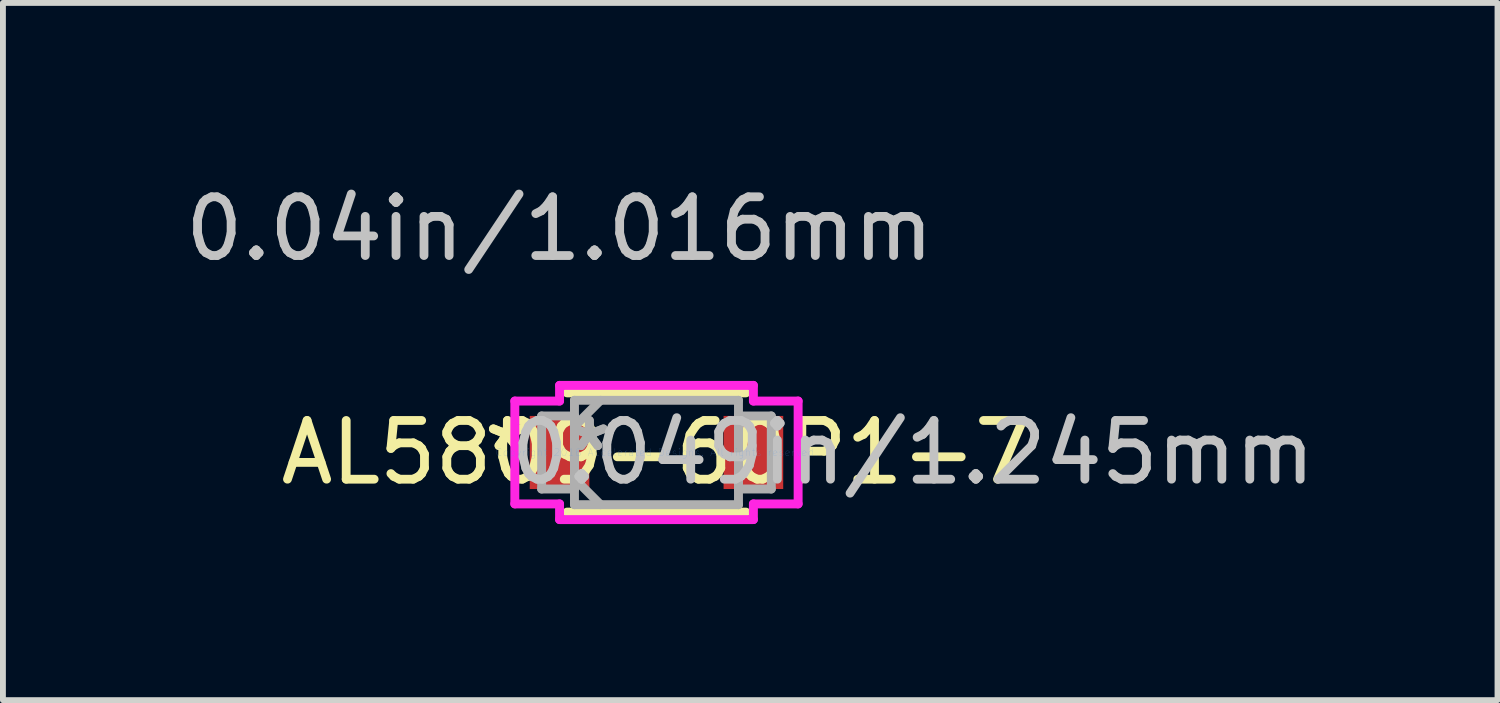
<source format=kicad_pcb>
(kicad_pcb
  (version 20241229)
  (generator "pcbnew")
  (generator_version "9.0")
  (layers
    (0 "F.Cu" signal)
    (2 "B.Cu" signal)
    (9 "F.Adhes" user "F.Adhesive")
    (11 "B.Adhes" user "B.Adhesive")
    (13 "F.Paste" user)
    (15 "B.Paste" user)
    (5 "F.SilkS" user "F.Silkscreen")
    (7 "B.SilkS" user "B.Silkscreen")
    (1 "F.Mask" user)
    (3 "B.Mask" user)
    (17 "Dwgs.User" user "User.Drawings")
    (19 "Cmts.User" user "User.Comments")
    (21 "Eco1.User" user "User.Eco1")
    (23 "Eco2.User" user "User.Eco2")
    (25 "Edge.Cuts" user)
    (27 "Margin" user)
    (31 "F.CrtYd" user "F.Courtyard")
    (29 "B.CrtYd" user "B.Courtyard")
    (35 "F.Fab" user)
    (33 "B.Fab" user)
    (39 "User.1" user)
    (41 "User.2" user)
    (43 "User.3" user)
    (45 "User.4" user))
  (footprint "AL5809-60P1-7"
    (layer "F.Cu")
    (at 8.133 4.658)
    (property "Reference" "AL5809-60P1-7" (at 0 0 0) (layer "F.SilkS") (effects (font (size 1 1) (thickness 0.15))))
    (attr through_hole)
    (fp_line (start -1.524 1.016) (end 1.524 1.016) (stroke (width 0.152) (type solid)) (layer "F.SilkS"))
    (fp_line (start 1.524 -1.016) (end -1.524 -1.016) (stroke (width 0.152) (type solid)) (layer "F.SilkS"))
    (fp_line (start -2.413 -0.876) (end -1.651 -0.876) (stroke (width 0.152) (type solid)) (layer "F.CrtYd"))
    (fp_line (start -2.413 0.876) (end -2.413 -0.876) (stroke (width 0.152) (type solid)) (layer "F.CrtYd"))
    (fp_line (start -1.651 -1.143) (end 1.651 -1.143) (stroke (width 0.152) (type solid)) (layer "F.CrtYd"))
    (fp_line (start -1.651 -0.876) (end -1.651 -1.143) (stroke (width 0.152) (type solid)) (layer "F.CrtYd"))
    (fp_line (start -1.651 0.876) (end -2.413 0.876) (stroke (width 0.152) (type solid)) (layer "F.CrtYd"))
    (fp_line (start -1.651 1.143) (end -1.651 0.876) (stroke (width 0.152) (type solid)) (layer "F.CrtYd"))
    (fp_line (start 1.651 -1.143) (end 1.651 -0.876) (stroke (width 0.152) (type solid)) (layer "F.CrtYd"))
    (fp_line (start 1.651 -0.876) (end 2.413 -0.876) (stroke (width 0.152) (type solid)) (layer "F.CrtYd"))
    (fp_line (start 1.651 0.876) (end 1.651 1.143) (stroke (width 0.152) (type solid)) (layer "F.CrtYd"))
    (fp_line (start 1.651 1.143) (end -1.651 1.143) (stroke (width 0.152) (type solid)) (layer "F.CrtYd"))
    (fp_line (start 2.413 -0.876) (end 2.413 0.876) (stroke (width 0.152) (type solid)) (layer "F.CrtYd"))
    (fp_line (start 2.413 0.876) (end 1.651 0.876) (stroke (width 0.152) (type solid)) (layer "F.CrtYd"))
    (fp_line (start -1.956 -0.622) (end -1.956 0.622) (stroke (width 0.152) (type solid)) (layer "F.Fab"))
    (fp_line (start -1.956 0.622) (end -1.397 0.622) (stroke (width 0.152) (type solid)) (layer "F.Fab"))
    (fp_line (start -1.397 -0.889) (end -1.397 0.889) (stroke (width 0.152) (type solid)) (layer "F.Fab"))
    (fp_line (start -1.397 -0.622) (end -1.956 -0.622) (stroke (width 0.152) (type solid)) (layer "F.Fab"))
    (fp_line (start -1.397 -0.445) (end -0.953 -0.889) (stroke (width 0.152) (type solid)) (layer "F.Fab"))
    (fp_line (start -1.397 0.445) (end -0.953 0.889) (stroke (width 0.152) (type solid)) (layer "F.Fab"))
    (fp_line (start -1.397 0.622) (end -1.397 -0.622) (stroke (width 0.152) (type solid)) (layer "F.Fab"))
    (fp_line (start -1.397 0.889) (end 1.397 0.889) (stroke (width 0.152) (type solid)) (layer "F.Fab"))
    (fp_line (start 1.397 -0.889) (end -1.397 -0.889) (stroke (width 0.152) (type solid)) (layer "F.Fab"))
    (fp_line (start 1.397 -0.622) (end 1.397 0.622) (stroke (width 0.152) (type solid)) (layer "F.Fab"))
    (fp_line (start 1.397 0.622) (end 1.956 0.622) (stroke (width 0.152) (type solid)) (layer "F.Fab"))
    (fp_line (start 1.397 0.889) (end 1.397 -0.889) (stroke (width 0.152) (type solid)) (layer "F.Fab"))
    (fp_line (start 1.956 -0.622) (end 1.397 -0.622) (stroke (width 0.152) (type solid)) (layer "F.Fab"))
    (fp_line (start 1.956 0.622) (end 1.956 -0.622) (stroke (width 0.152) (type solid)) (layer "F.Fab"))
    (fp_text user "*" (at -2.54 0 0) (layer "F.SilkS") (effects (font (size 1 1) (thickness 0.15))))
    (fp_text user "*" (at -2.54 0 0) (layer "F.SilkS") (effects (font (size 1 1) (thickness 0.15))))
    (fp_text user "0.04in/1.016mm" (at -1.651 -3.81 0) (layer "Dwgs.User") (effects (font (size 1 1) (thickness 0.15))))
    (fp_text user "0.049in/1.245mm" (at 4.369 0 0) (layer "Dwgs.User") (effects (font (size 1 1) (thickness 0.15))))
    (fp_text user "Copyright 2016 Accelerated Designs. All rights reserved." (at 0 0 0) (layer "Cmts.User") (effects (font (size 0.127 0.127) (thickness 0.002))))
    (fp_text user "*" (at -1.143 0 0) (layer "F.Fab") (effects (font (size 1 1) (thickness 0.15))))
    (fp_text user "*" (at -1.143 0 0) (layer "F.Fab") (effects (font (size 1 1) (thickness 0.15))))
    (pad "1" smd rect (at -1.651 0) (size 1.016 1.245) (layers "F.Cu" "F.Mask" "F.Paste"))
    (pad "2" smd rect (at 1.651 0) (size 1.016 1.245) (layers "F.Cu" "F.Mask" "F.Paste")))
  (gr_rect
    (start -3 -3)
    (end 22.46 8.877)
    (stroke (width 0.1) (type default))
    (fill no)
    (layer "Edge.Cuts")))
</source>
